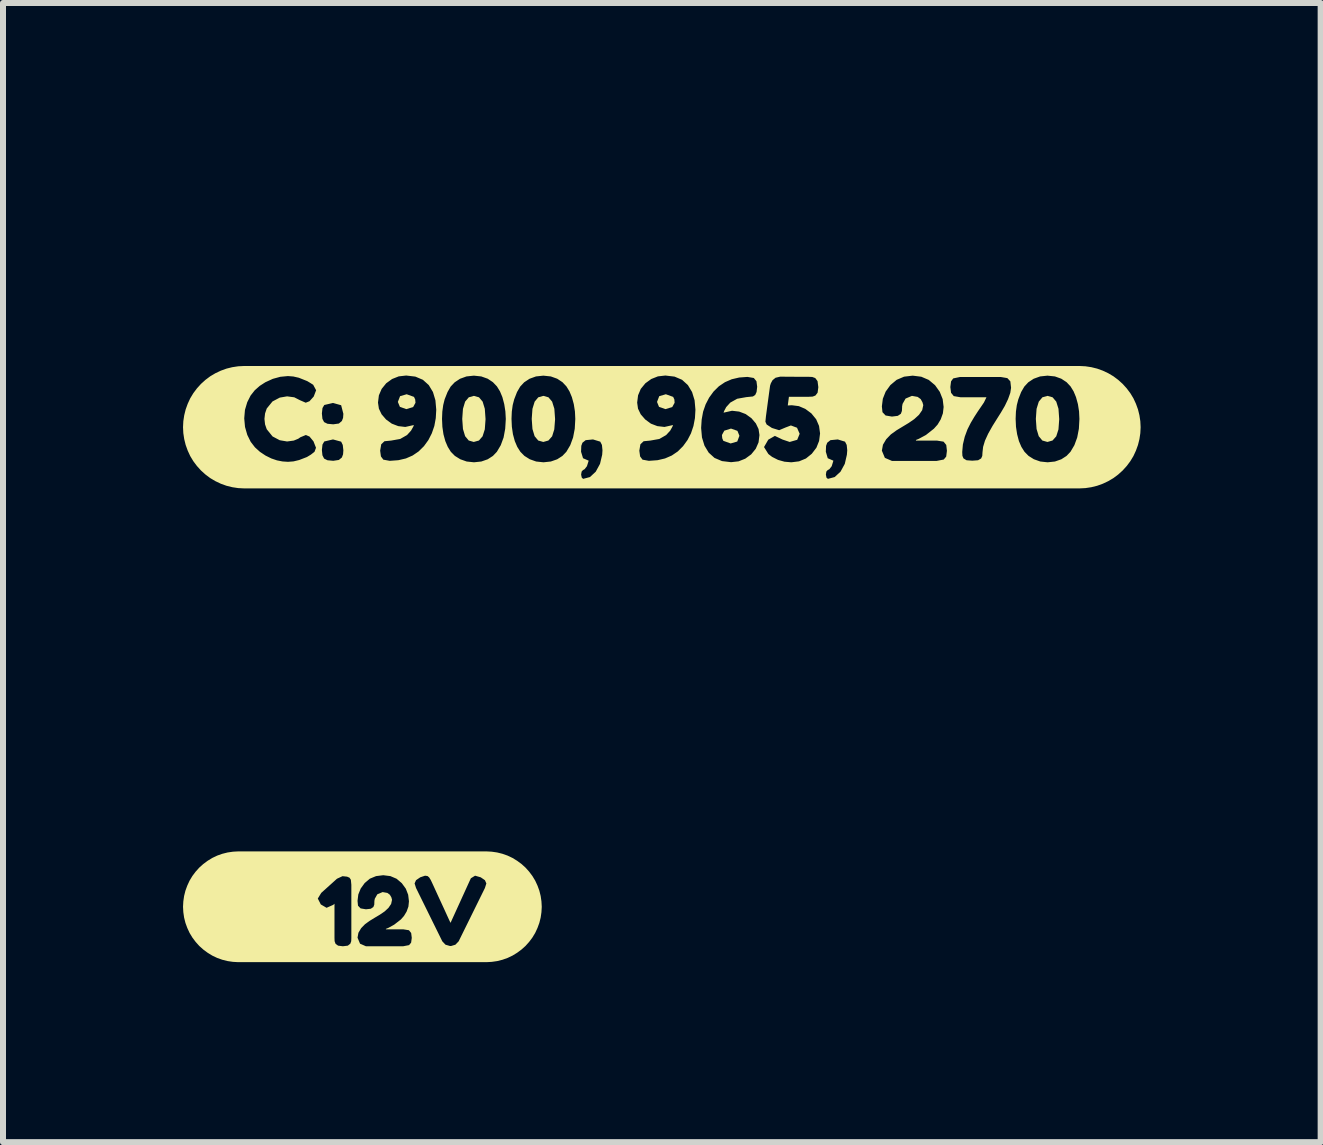
<source format=kicad_pcb>
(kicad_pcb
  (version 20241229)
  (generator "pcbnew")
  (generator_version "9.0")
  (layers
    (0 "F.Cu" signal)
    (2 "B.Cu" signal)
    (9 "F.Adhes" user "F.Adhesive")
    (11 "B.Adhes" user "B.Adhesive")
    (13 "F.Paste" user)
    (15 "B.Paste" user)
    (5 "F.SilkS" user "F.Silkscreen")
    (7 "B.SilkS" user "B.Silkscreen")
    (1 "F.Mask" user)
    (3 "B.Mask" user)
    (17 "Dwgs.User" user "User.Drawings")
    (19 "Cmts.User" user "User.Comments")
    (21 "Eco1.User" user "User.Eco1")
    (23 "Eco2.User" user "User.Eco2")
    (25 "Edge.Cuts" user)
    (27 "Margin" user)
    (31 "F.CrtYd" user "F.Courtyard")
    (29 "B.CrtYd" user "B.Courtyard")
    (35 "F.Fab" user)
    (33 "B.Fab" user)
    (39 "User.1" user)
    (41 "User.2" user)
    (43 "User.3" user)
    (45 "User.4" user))
  (footprint "kibuzzard-65BFE062"
    (layer "F.Cu")
    (at 7.979 4.069)
    (property "Reference" "kibuzzard-65BFE062" (at 0 -4.068 0) (layer "F.SilkS") (effects (font (size 0.001 0.001) (thickness 0.15))))
    (attr board_only exclude_from_pos_files exclude_from_bom)
    (fp_poly (pts (xy -4.252 -0.549) (xy -4.362 -0.517) (xy -4.399 -0.421) (xy -4.365 -0.339) (xy -4.258 -0.301) (xy -4.144 -0.336) (xy -4.105 -0.407) (xy -4.11 -0.462) (xy -4.13 -0.505) (xy -4.252 -0.549)) (stroke (width 0) (type solid)) (fill yes) (layer "F.SilkS"))
    (fp_poly (pts (xy 0.067 -0.549) (xy -0.043 -0.517) (xy -0.08 -0.421) (xy -0.047 -0.339) (xy 0.061 -0.301) (xy 0.174 -0.336) (xy 0.213 -0.407) (xy 0.209 -0.462) (xy 0.189 -0.505) (xy 0.067 -0.549)) (stroke (width 0) (type solid)) (fill yes) (layer "F.SilkS"))
    (fp_poly (pts (xy 1.147 0.271) (xy 1.257 0.239) (xy 1.293 0.143) (xy 1.26 0.061) (xy 1.153 0.023) (xy 1.041 0.058) (xy 1.002 0.13) (xy 1.007 0.185) (xy 1.025 0.227) (xy 1.147 0.271)) (stroke (width 0) (type solid)) (fill yes) (layer "F.SilkS"))
    (fp_poly (pts (xy -3.134 0.246) (xy -3.048 0.222) (xy -2.987 0.152) (xy -2.95 0.036) (xy -2.938 -0.128) (xy -2.938 -0.139) (xy -2.95 -0.307) (xy -2.986 -0.426) (xy -3.047 -0.498) (xy -3.132 -0.522) (xy -3.217 -0.498) (xy -3.278 -0.426) (xy -3.314 -0.306) (xy -3.326 -0.138) (xy -3.314 0.03) (xy -3.278 0.15) (xy -3.218 0.222) (xy -3.134 0.246)) (stroke (width 0) (type solid)) (fill yes) (layer "F.SilkS"))
    (fp_poly (pts (xy -1.975 0.246) (xy -1.89 0.222) (xy -1.828 0.152) (xy -1.792 0.036) (xy -1.779 -0.128) (xy -1.779 -0.139) (xy -1.791 -0.307) (xy -1.828 -0.426) (xy -1.889 -0.498) (xy -1.974 -0.522) (xy -2.059 -0.498) (xy -2.119 -0.426) (xy -2.156 -0.306) (xy -2.168 -0.138) (xy -2.156 0.03) (xy -2.12 0.15) (xy -2.06 0.222) (xy -1.975 0.246)) (stroke (width 0) (type solid)) (fill yes) (layer "F.SilkS"))
    (fp_poly (pts (xy 6.426 0.246) (xy 6.511 0.222) (xy 6.573 0.152) (xy 6.61 0.036) (xy 6.622 -0.128) (xy 6.622 -0.139) (xy 6.61 -0.307) (xy 6.573 -0.426) (xy 6.512 -0.498) (xy 6.427 -0.522) (xy 6.342 -0.498) (xy 6.282 -0.426) (xy 6.245 -0.306) (xy 6.233 -0.138) (xy 6.245 0.03) (xy 6.281 0.15) (xy 6.341 0.222) (xy 6.426 0.246)) (stroke (width 0) (type solid)) (fill yes) (layer "F.SilkS"))
    (fp_poly (pts (xy -6.959 -1.02) (xy -6.959 -1.02) (xy -7.059 -1.015) (xy -7.158 -1) (xy -7.255 -0.976) (xy -7.349 -0.942) (xy -7.44 -0.899) (xy -7.526 -0.848) (xy -7.606 -0.788) (xy -7.68 -0.721) (xy -7.747 -0.647) (xy -7.807 -0.567) (xy -7.859 -0.481) (xy -7.901 -0.39) (xy -7.935 -0.296) (xy -7.959 -0.199) (xy -7.974 -0.1) (xy -7.979 0) (xy -7.974 0.1) (xy -7.959 0.199) (xy -7.935 0.296) (xy -7.901 0.39) (xy -7.859 0.481) (xy -7.807 0.567) (xy -7.747 0.647) (xy -7.68 0.721) (xy -7.606 0.788) (xy -7.526 0.848) (xy -7.44 0.899) (xy -7.349 0.942) (xy -7.255 0.976) (xy -7.158 1) (xy -7.059 1.015) (xy -6.959 1.02) (xy -6.959 1.02) (xy -6.23 1.02) (xy -6.23 0.577) (xy -6.321 0.571) (xy -6.413 0.553) (xy -6.507 0.521) (xy -6.604 0.473) (xy -6.697 0.411) (xy -6.78 0.336) (xy -6.851 0.244) (xy -6.908 0.129) (xy -6.946 -0.004) (xy -6.959 -0.147) (xy -6.947 -0.288) (xy -6.909 -0.416) (xy -6.853 -0.527) (xy -6.783 -0.616) (xy -6.7 -0.689) (xy -6.607 -0.749) (xy -6.482 -0.806) (xy -6.357 -0.84) (xy -6.231 -0.852) (xy -6.141 -0.845) (xy -6.049 -0.824) (xy -5.909 -0.768) (xy -5.864 -0.741) (xy -5.81 -0.707) (xy -5.761 -0.616) (xy -5.801 -0.511) (xy -5.871 -0.433) (xy -5.934 -0.408) (xy -6.031 -0.45) (xy -6.125 -0.498) (xy -6.245 -0.514) (xy -6.367 -0.493) (xy -6.488 -0.429) (xy -6.584 -0.311) (xy -6.612 -0.229) (xy -6.622 -0.138) (xy -6.612 -0.047) (xy -6.584 0.034) (xy -6.487 0.154) (xy -6.368 0.217) (xy -6.245 0.238) (xy -6.133 0.223) (xy -6.058 0.192) (xy -6.024 0.168) (xy -5.932 0.13) (xy -5.871 0.156) (xy -5.805 0.236) (xy -5.763 0.343) (xy -5.788 0.41) (xy -5.848 0.457) (xy -5.914 0.497) (xy -6.043 0.547) (xy -6.138 0.57) (xy -6.23 0.577) (xy -6.23 1.02) (xy -5.476 1.02) (xy -5.476 0.56) (xy -5.572 0.551) (xy -5.628 0.523) (xy -5.656 0.468) (xy -5.665 0.379) (xy -5.655 0.289) (xy -5.625 0.238) (xy -5.48 0.204) (xy -5.476 0.205) (xy -5.476 -0.048) (xy -5.572 -0.057) (xy -5.628 -0.085) (xy -5.656 -0.139) (xy -5.665 -0.229) (xy -5.655 -0.319) (xy -5.625 -0.37) (xy -5.48 -0.404) (xy -5.344 -0.366) (xy -5.307 -0.223) (xy -5.312 -0.155) (xy -5.332 -0.103) (xy -5.382 -0.061) (xy -5.476 -0.048) (xy -5.476 0.205) (xy -5.344 0.241) (xy -5.317 0.296) (xy -5.307 0.385) (xy -5.312 0.452) (xy -5.332 0.505) (xy -5.382 0.546) (xy -5.476 0.56) (xy -5.476 1.02) (xy -4.526 1.02) (xy -4.526 0.56) (xy -4.538 0.56) (xy -4.641 0.541) (xy -4.681 0.487) (xy -4.694 0.391) (xy -4.676 0.285) (xy -4.622 0.234) (xy -4.511 0.223) (xy -4.36 0.196) (xy -4.246 0.131) (xy -4.179 0.057) (xy -4.141 -0.01) (xy -4.132 -0.036) (xy -4.275 -0.004) (xy -4.393 -0.018) (xy -4.5 -0.059) (xy -4.596 -0.129) (xy -4.67 -0.215) (xy -4.715 -0.309) (xy -4.73 -0.41) (xy -4.715 -0.531) (xy -4.669 -0.638) (xy -4.593 -0.732) (xy -4.495 -0.803) (xy -4.384 -0.847) (xy -4.26 -0.861) (xy -4.107 -0.843) (xy -3.982 -0.79) (xy -3.884 -0.702) (xy -3.814 -0.586) (xy -3.773 -0.449) (xy -3.759 -0.291) (xy -3.767 -0.151) (xy -3.791 -0.02) (xy -3.833 0.102) (xy -3.89 0.214) (xy -3.964 0.316) (xy -4.053 0.404) (xy -4.153 0.472) (xy -4.265 0.521) (xy -4.39 0.55) (xy -4.526 0.56) (xy -4.526 1.02) (xy -3.13 1.02) (xy -3.13 0.585) (xy -3.252 0.572) (xy -3.359 0.534) (xy -3.449 0.478) (xy -3.516 0.41) (xy -3.567 0.328) (xy -3.608 0.232) (xy -3.639 0.118) (xy -3.657 -0.006) (xy -3.663 -0.139) (xy -3.658 -0.26) (xy -3.643 -0.369) (xy -3.619 -0.465) (xy -3.571 -0.586) (xy -3.519 -0.677) (xy -3.452 -0.748) (xy -3.363 -0.807) (xy -3.255 -0.846) (xy -3.132 -0.859) (xy -3.009 -0.846) (xy -2.902 -0.808) (xy -2.815 -0.75) (xy -2.748 -0.68) (xy -2.697 -0.597) (xy -2.657 -0.501) (xy -2.626 -0.384) (xy -2.607 -0.263) (xy -2.6 -0.137) (xy -2.61 0.026) (xy -2.637 0.172) (xy -2.684 0.3) (xy -2.749 0.41) (xy -2.815 0.479) (xy -2.902 0.535) (xy -3.008 0.572) (xy -3.13 0.585) (xy -3.13 1.02) (xy -1.972 1.02) (xy -1.972 0.585) (xy -2.094 0.572) (xy -2.201 0.534) (xy -2.29 0.478) (xy -2.357 0.41) (xy -2.409 0.328) (xy -2.45 0.232) (xy -2.481 0.118) (xy -2.499 -0.006) (xy -2.505 -0.139) (xy -2.5 -0.26) (xy -2.485 -0.369) (xy -2.46 -0.465) (xy -2.413 -0.586) (xy -2.36 -0.677) (xy -2.294 -0.748) (xy -2.205 -0.807) (xy -2.097 -0.846) (xy -1.974 -0.859) (xy -1.85 -0.846) (xy -1.744 -0.808) (xy -1.656 -0.75) (xy -1.59 -0.68) (xy -1.539 -0.597) (xy -1.499 -0.501) (xy -1.467 -0.384) (xy -1.448 -0.263) (xy -1.442 -0.137) (xy -1.451 0.026) (xy -1.479 0.172) (xy -1.526 0.3) (xy -1.591 0.41) (xy -1.657 0.479) (xy -1.744 0.535) (xy -1.85 0.572) (xy -1.972 0.585) (xy -1.972 1.02) (xy -1.311 1.02) (xy -1.311 0.861) (xy -1.334 0.841) (xy -1.345 0.79) (xy -1.336 0.739) (xy -1.314 0.715) (xy -1.287 0.7) (xy -1.248 0.65) (xy -1.219 0.558) (xy -1.313 0.517) (xy -1.346 0.409) (xy -1.342 0.311) (xy -1.323 0.259) (xy -1.269 0.216) (xy -1.147 0.204) (xy -1.026 0.241) (xy -0.998 0.296) (xy -0.989 0.385) (xy -0.994 0.459) (xy -1.03 0.611) (xy -1.101 0.741) (xy -1.198 0.831) (xy -1.311 0.861) (xy -1.311 1.02) (xy -0.208 1.02) (xy -0.208 0.56) (xy -0.219 0.56) (xy -0.322 0.541) (xy -0.362 0.487) (xy -0.375 0.391) (xy -0.357 0.285) (xy -0.303 0.234) (xy -0.192 0.223) (xy -0.041 0.196) (xy 0.072 0.131) (xy 0.14 0.057) (xy 0.177 -0.01) (xy 0.187 -0.036) (xy 0.044 -0.004) (xy -0.075 -0.018) (xy -0.182 -0.059) (xy -0.277 -0.129) (xy -0.352 -0.215) (xy -0.397 -0.309) (xy -0.411 -0.41) (xy -0.396 -0.531) (xy -0.351 -0.638) (xy -0.274 -0.732) (xy -0.176 -0.803) (xy -0.065 -0.847) (xy 0.059 -0.861) (xy 0.212 -0.843) (xy 0.337 -0.79) (xy 0.434 -0.702) (xy 0.504 -0.586) (xy 0.546 -0.449) (xy 0.56 -0.291) (xy 0.552 -0.151) (xy 0.527 -0.02) (xy 0.486 0.102) (xy 0.428 0.214) (xy 0.354 0.316) (xy 0.266 0.404) (xy 0.166 0.472) (xy 0.053 0.521) (xy -0.071 0.55) (xy -0.208 0.56) (xy -0.208 1.02) (xy 1.154 1.02) (xy 1.154 0.583) (xy 1.003 0.565) (xy 0.878 0.512) (xy 0.781 0.424) (xy 0.711 0.308) (xy 0.669 0.171) (xy 0.655 0.013) (xy 0.664 -0.127) (xy 0.688 -0.259) (xy 0.73 -0.38) (xy 0.788 -0.492) (xy 0.862 -0.594) (xy 0.951 -0.682) (xy 1.052 -0.75) (xy 1.165 -0.799) (xy 1.29 -0.828) (xy 1.427 -0.838) (xy 1.533 -0.82) (xy 1.577 -0.766) (xy 1.589 -0.674) (xy 1.579 -0.587) (xy 1.556 -0.537) (xy 1.518 -0.512) (xy 1.408 -0.501) (xy 1.256 -0.474) (xy 1.141 -0.41) (xy 1.073 -0.335) (xy 1.038 -0.269) (xy 1.029 -0.242) (xy 1.17 -0.274) (xy 1.289 -0.26) (xy 1.397 -0.219) (xy 1.493 -0.15) (xy 1.567 -0.063) (xy 1.612 0.031) (xy 1.627 0.131) (xy 1.612 0.253) (xy 1.565 0.36) (xy 1.489 0.453) (xy 1.39 0.525) (xy 1.279 0.569) (xy 1.154 0.583) (xy 1.154 1.02) (xy 2.158 1.02) (xy 2.158 0.585) (xy 2.044 0.575) (xy 1.937 0.545) (xy 1.838 0.495) (xy 1.791 0.459) (xy 1.775 0.446) (xy 1.703 0.331) (xy 1.774 0.208) (xy 1.884 0.145) (xy 2.012 0.206) (xy 2.131 0.246) (xy 2.256 0.21) (xy 2.297 0.11) (xy 2.253 0.009) (xy 2.151 -0.029) (xy 2.059 0.006) (xy 1.955 0.05) (xy 1.835 0.013) (xy 1.747 -0.045) (xy 1.726 -0.091) (xy 1.735 -0.18) (xy 1.764 -0.398) (xy 1.793 -0.612) (xy 1.804 -0.692) (xy 1.817 -0.732) (xy 1.845 -0.783) (xy 1.895 -0.824) (xy 1.972 -0.842) (xy 2.261 -0.84) (xy 2.44 -0.84) (xy 2.507 -0.837) (xy 2.557 -0.819) (xy 2.595 -0.768) (xy 2.608 -0.667) (xy 2.596 -0.575) (xy 2.56 -0.528) (xy 2.514 -0.51) (xy 2.452 -0.507) (xy 2.118 -0.507) (xy 2.099 -0.362) (xy 2.166 -0.366) (xy 2.283 -0.351) (xy 2.391 -0.305) (xy 2.492 -0.23) (xy 2.572 -0.132) (xy 2.62 -0.021) (xy 2.637 0.104) (xy 2.621 0.229) (xy 2.576 0.342) (xy 2.499 0.443) (xy 2.401 0.522) (xy 2.287 0.569) (xy 2.158 0.585) (xy 2.158 1.02) (xy 2.768 1.02) (xy 2.768 0.861) (xy 2.744 0.841) (xy 2.734 0.79) (xy 2.742 0.739) (xy 2.764 0.715) (xy 2.792 0.7) (xy 2.831 0.65) (xy 2.859 0.558) (xy 2.765 0.517) (xy 2.733 0.409) (xy 2.737 0.311) (xy 2.756 0.259) (xy 2.81 0.216) (xy 2.932 0.204) (xy 3.053 0.241) (xy 3.081 0.296) (xy 3.09 0.385) (xy 3.084 0.459) (xy 3.049 0.611) (xy 2.978 0.741) (xy 2.88 0.831) (xy 2.768 0.861) (xy 2.768 1.02) (xy 4.58 1.02) (xy 4.58 0.562) (xy 3.835 0.562) (xy 3.717 0.511) (xy 3.667 0.391) (xy 3.685 0.292) (xy 3.739 0.201) (xy 3.817 0.12) (xy 3.911 0.052) (xy 4.012 -0.009) (xy 4.113 -0.07) (xy 4.206 -0.134) (xy 4.285 -0.206) (xy 4.339 -0.284) (xy 4.357 -0.368) (xy 4.343 -0.416) (xy 4.314 -0.468) (xy 4.263 -0.505) (xy 4.168 -0.522) (xy 4.062 -0.477) (xy 4.012 -0.389) (xy 4.004 -0.345) (xy 4.004 -0.333) (xy 4.001 -0.271) (xy 3.983 -0.223) (xy 3.932 -0.189) (xy 3.835 -0.177) (xy 3.729 -0.195) (xy 3.677 -0.25) (xy 3.667 -0.347) (xy 3.683 -0.474) (xy 3.73 -0.593) (xy 3.809 -0.702) (xy 3.913 -0.789) (xy 4.037 -0.842) (xy 4.181 -0.859) (xy 4.324 -0.841) (xy 4.448 -0.788) (xy 4.553 -0.7) (xy 4.632 -0.589) (xy 4.68 -0.468) (xy 4.696 -0.337) (xy 4.684 -0.231) (xy 4.648 -0.131) (xy 4.596 -0.044) (xy 4.534 0.025) (xy 4.401 0.13) (xy 4.282 0.194) (xy 4.235 0.213) (xy 4.235 0.223) (xy 4.583 0.223) (xy 4.695 0.241) (xy 4.74 0.296) (xy 4.751 0.393) (xy 4.739 0.49) (xy 4.698 0.539) (xy 4.58 0.562) (xy 4.58 1.02) (xy 5.174 1.02) (xy 5.174 0.558) (xy 5.078 0.551) (xy 5.027 0.52) (xy 5.009 0.477) (xy 5.006 0.413) (xy 5.017 0.288) (xy 5.048 0.159) (xy 5.094 0.035) (xy 5.149 -0.074) (xy 5.208 -0.173) (xy 5.267 -0.264) (xy 5.322 -0.344) (xy 5.368 -0.412) (xy 5.41 -0.499) (xy 4.976 -0.499) (xy 4.865 -0.518) (xy 4.82 -0.573) (xy 4.808 -0.669) (xy 4.82 -0.764) (xy 4.856 -0.813) (xy 4.966 -0.836) (xy 5.652 -0.836) (xy 5.758 -0.818) (xy 5.808 -0.764) (xy 5.82 -0.657) (xy 5.807 -0.572) (xy 5.77 -0.468) (xy 5.716 -0.355) (xy 5.651 -0.244) (xy 5.581 -0.133) (xy 5.511 -0.021) (xy 5.438 0.109) (xy 5.385 0.225) (xy 5.354 0.328) (xy 5.344 0.417) (xy 5.34 0.479) (xy 5.321 0.521) (xy 5.27 0.551) (xy 5.174 0.558) (xy 5.174 1.02) (xy 6.429 1.02) (xy 6.429 0.585) (xy 6.307 0.572) (xy 6.2 0.534) (xy 6.111 0.478) (xy 6.044 0.41) (xy 5.992 0.328) (xy 5.951 0.232) (xy 5.921 0.118) (xy 5.902 -0.006) (xy 5.896 -0.139) (xy 5.901 -0.26) (xy 5.916 -0.369) (xy 5.941 -0.465) (xy 5.988 -0.586) (xy 6.041 -0.677) (xy 6.107 -0.748) (xy 6.196 -0.807) (xy 6.304 -0.846) (xy 6.427 -0.859) (xy 6.551 -0.846) (xy 6.657 -0.808) (xy 6.745 -0.75) (xy 6.811 -0.68) (xy 6.862 -0.597) (xy 6.902 -0.501) (xy 6.934 -0.384) (xy 6.953 -0.263) (xy 6.959 -0.137) (xy 6.95 0.026) (xy 6.922 0.172) (xy 6.875 0.3) (xy 6.81 0.41) (xy 6.744 0.479) (xy 6.657 0.535) (xy 6.551 0.572) (xy 6.429 0.585) (xy 6.429 1.02) (xy 6.959 1.02) (xy 6.959 1.02) (xy 7.059 1.015) (xy 7.158 1) (xy 7.255 0.976) (xy 7.349 0.942) (xy 7.44 0.899) (xy 7.526 0.848) (xy 7.606 0.788) (xy 7.68 0.721) (xy 7.747 0.647) (xy 7.807 0.567) (xy 7.859 0.481) (xy 7.901 0.39) (xy 7.935 0.296) (xy 7.959 0.199) (xy 7.974 0.1) (xy 7.979 0) (xy 7.974 -0.1) (xy 7.959 -0.199) (xy 7.935 -0.296) (xy 7.901 -0.39) (xy 7.859 -0.481) (xy 7.807 -0.567) (xy 7.747 -0.647) (xy 7.68 -0.721) (xy 7.606 -0.788) (xy 7.526 -0.848) (xy 7.44 -0.899) (xy 7.349 -0.942) (xy 7.255 -0.976) (xy 7.158 -1) (xy 7.059 -1.015) (xy 6.959 -1.02) (xy 6.959 -1.02) (xy -6.959 -1.02)) (stroke (width 0) (type solid)) (fill yes) (layer "F.SilkS")))
  (footprint "kibuzzard-65C3D944"
    (layer "F.Cu")
    (at 2.989 12.061)
    (property "Reference" "kibuzzard-65C3D944" (at 0 -3.971 0) (layer "F.SilkS") (effects (font (size 0.001 0.001) (thickness 0.15))))
    (attr board_only exclude_from_pos_files exclude_from_bom)
    (fp_poly (pts (xy -0.743 -0.923) (xy -2.066 -0.923) (xy -2.156 -0.918) (xy -2.246 -0.905) (xy -2.334 -0.883) (xy -2.419 -0.853) (xy -2.501 -0.814) (xy -2.578 -0.767) (xy -2.651 -0.713) (xy -2.718 -0.653) (xy -2.779 -0.585) (xy -2.833 -0.513) (xy -2.88 -0.435) (xy -2.918 -0.353) (xy -2.949 -0.268) (xy -2.971 -0.18) (xy -2.984 -0.09) (xy -2.989 0) (xy -2.984 0.09) (xy -2.971 0.18) (xy -2.949 0.268) (xy -2.918 0.353) (xy -2.88 0.435) (xy -2.833 0.513) (xy -2.779 0.585) (xy -2.718 0.653) (xy -2.651 0.713) (xy -2.578 0.767) (xy -2.501 0.814) (xy -2.419 0.853) (xy -2.334 0.883) (xy -2.246 0.905) (xy -2.156 0.918) (xy -2.066 0.923) (xy -0.743 0.923) (xy -0.325 0.923) (xy -0.325 0.658) (xy -0.405 0.648) (xy -0.447 0.617) (xy -0.463 0.573) (xy -0.465 0.515) (xy -0.465 -0.051) (xy -0.486 -0.032) (xy -0.597 0.017) (xy -0.693 -0.039) (xy -0.743 -0.137) (xy -0.686 -0.231) (xy -0.425 -0.466) (xy -0.42 -0.469) (xy -0.331 -0.51) (xy -0.255 -0.502) (xy -0.214 -0.484) (xy -0.192 -0.45) (xy -0.184 -0.366) (xy -0.184 0.519) (xy -0.186 0.573) (xy -0.201 0.615) (xy -0.243 0.648) (xy -0.325 0.658) (xy -0.325 0.923) (xy 0.68 0.923) (xy 0.68 0.658) (xy 0.059 0.658) (xy -0.039 0.615) (xy -0.081 0.515) (xy -0.066 0.433) (xy -0.021 0.357) (xy 0.044 0.29) (xy 0.122 0.234) (xy 0.207 0.182) (xy 0.291 0.132) (xy 0.369 0.079) (xy 0.434 0.019) (xy 0.479 -0.047) (xy 0.494 -0.116) (xy 0.483 -0.157) (xy 0.458 -0.2) (xy 0.416 -0.231) (xy 0.337 -0.245) (xy 0.249 -0.208) (xy 0.207 -0.134) (xy 0.2 -0.097) (xy 0.2 -0.088) (xy 0.198 -0.035) (xy 0.183 0.004) (xy 0.14 0.033) (xy 0.059 0.042) (xy -0.03 0.027) (xy -0.073 -0.018) (xy -0.081 -0.099) (xy -0.068 -0.205) (xy -0.028 -0.304) (xy 0.038 -0.395) (xy 0.124 -0.468) (xy 0.228 -0.511) (xy 0.347 -0.526) (xy 0.467 -0.511) (xy 0.57 -0.467) (xy 0.657 -0.393) (xy 0.724 -0.301) (xy 0.763 -0.2) (xy 0.776 -0.091) (xy 0.767 -0.003) (xy 0.737 0.08) (xy 0.693 0.153) (xy 0.642 0.211) (xy 0.53 0.298) (xy 0.432 0.352) (xy 0.392 0.368) (xy 0.392 0.376) (xy 0.683 0.376) (xy 0.776 0.391) (xy 0.813 0.437) (xy 0.823 0.518) (xy 0.812 0.598) (xy 0.778 0.639) (xy 0.68 0.658) (xy 0.68 0.923) (xy 1.477 0.923) (xy 1.477 0.654) (xy 1.461 0.654) (xy 1.385 0.632) (xy 1.332 0.576) (xy 0.894 -0.313) (xy 0.87 -0.389) (xy 0.894 -0.443) (xy 0.964 -0.491) (xy 1.044 -0.518) (xy 1.086 -0.512) (xy 1.113 -0.489) (xy 1.139 -0.447) (xy 1.16 -0.403) (xy 1.2 -0.316) (xy 1.251 -0.204) (xy 1.306 -0.085) (xy 1.361 0.034) (xy 1.412 0.146) (xy 1.451 0.231) (xy 1.469 0.268) (xy 1.786 -0.428) (xy 1.808 -0.475) (xy 1.878 -0.518) (xy 1.972 -0.491) (xy 2.042 -0.443) (xy 2.066 -0.389) (xy 2.042 -0.313) (xy 1.604 0.576) (xy 1.55 0.632) (xy 1.477 0.654) (xy 1.477 0.923) (xy 2.066 0.923) (xy 2.066 0.923) (xy 2.156 0.918) (xy 2.246 0.905) (xy 2.334 0.883) (xy 2.419 0.853) (xy 2.501 0.814) (xy 2.578 0.767) (xy 2.651 0.713) (xy 2.718 0.653) (xy 2.779 0.585) (xy 2.833 0.513) (xy 2.88 0.435) (xy 2.918 0.353) (xy 2.949 0.268) (xy 2.971 0.18) (xy 2.984 0.09) (xy 2.989 0) (xy 2.984 -0.09) (xy 2.971 -0.18) (xy 2.949 -0.268) (xy 2.918 -0.353) (xy 2.88 -0.435) (xy 2.833 -0.513) (xy 2.779 -0.585) (xy 2.718 -0.653) (xy 2.651 -0.713) (xy 2.578 -0.767) (xy 2.501 -0.814) (xy 2.419 -0.853) (xy 2.334 -0.883) (xy 2.246 -0.905) (xy 2.156 -0.918) (xy 2.066 -0.923) (xy 2.066 -0.923) (xy -0.743 -0.923)) (stroke (width 0) (type solid)) (fill yes) (layer "F.SilkS")))
  (gr_rect
    (start -3 -3)
    (end 18.958 15.983)
    (stroke (width 0.1) (type default))
    (fill no)
    (layer "Edge.Cuts")))
</source>
